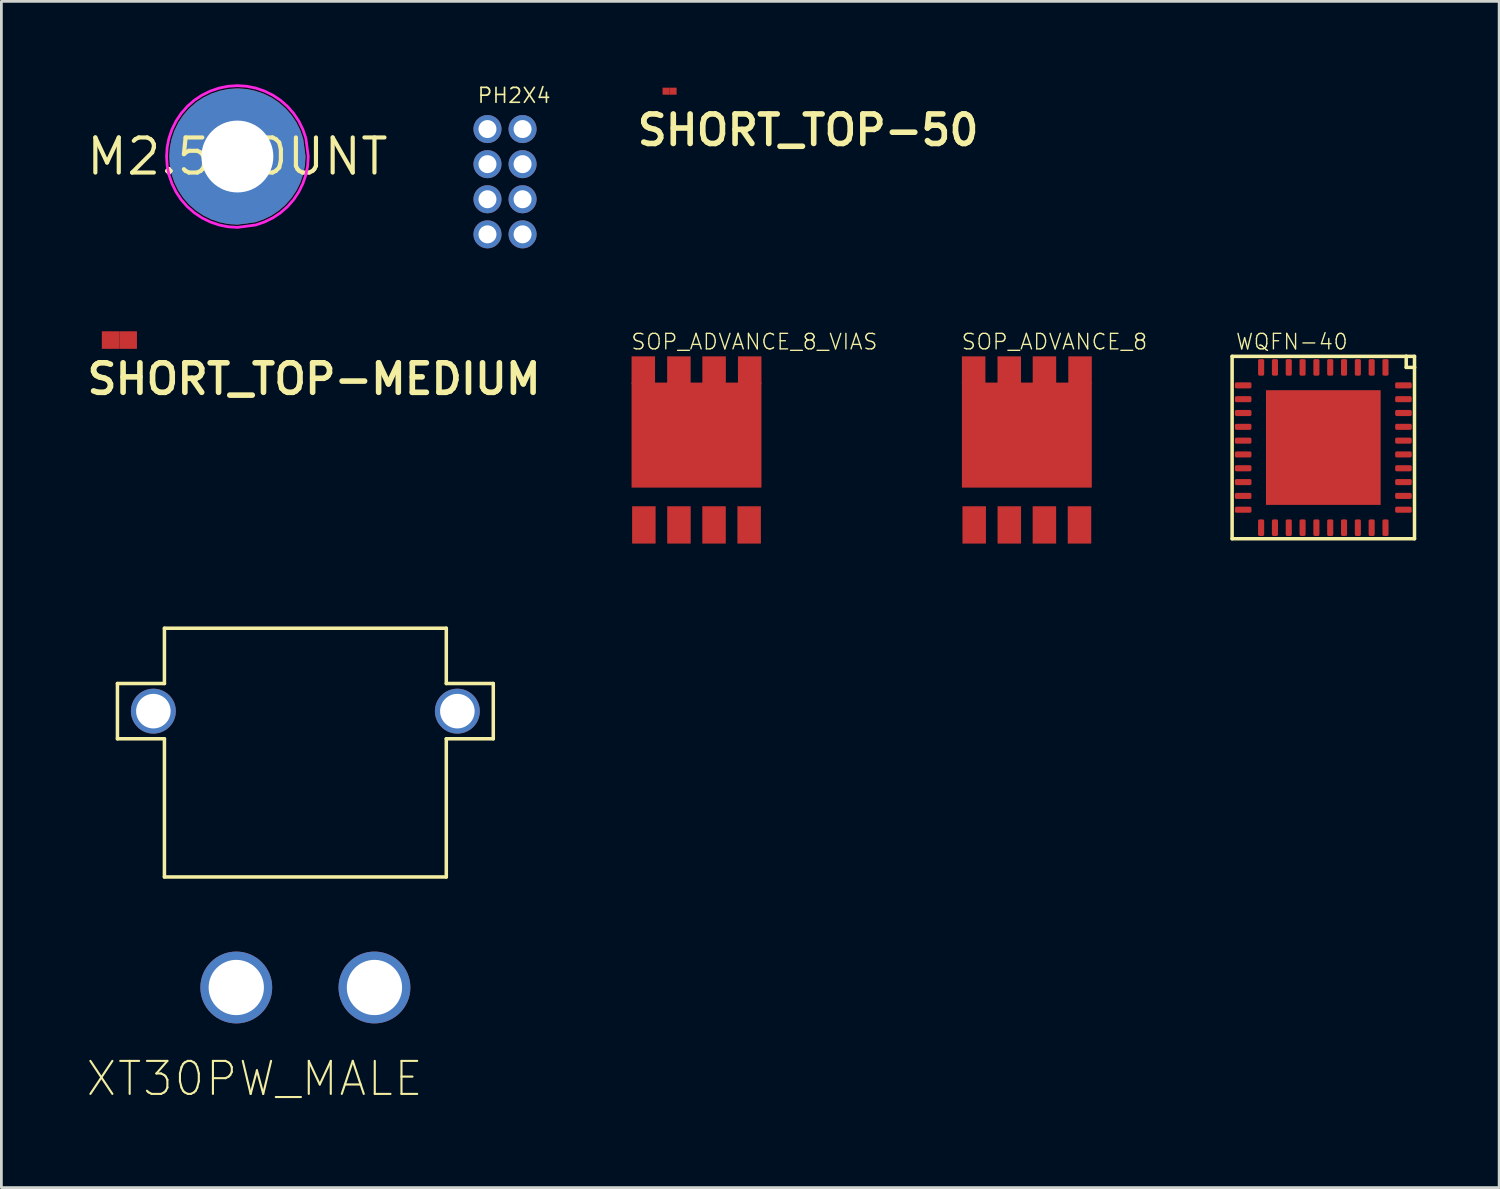
<source format=kicad_pcb>
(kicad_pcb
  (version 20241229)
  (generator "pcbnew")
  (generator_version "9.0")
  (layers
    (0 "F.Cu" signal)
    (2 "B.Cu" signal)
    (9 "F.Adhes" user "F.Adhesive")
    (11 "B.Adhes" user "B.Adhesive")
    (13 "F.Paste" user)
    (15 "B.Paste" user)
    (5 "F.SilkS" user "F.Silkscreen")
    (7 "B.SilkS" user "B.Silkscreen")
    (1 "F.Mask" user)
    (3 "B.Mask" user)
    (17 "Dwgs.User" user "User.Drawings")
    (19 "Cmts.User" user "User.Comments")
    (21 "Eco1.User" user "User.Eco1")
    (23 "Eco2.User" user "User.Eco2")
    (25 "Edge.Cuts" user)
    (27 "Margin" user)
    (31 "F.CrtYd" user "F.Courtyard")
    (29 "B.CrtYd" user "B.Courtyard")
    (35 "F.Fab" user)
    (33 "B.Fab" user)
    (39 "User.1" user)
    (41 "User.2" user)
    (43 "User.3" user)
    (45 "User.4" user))
  (footprint "SHORT_TOP-MEDIUM"
    (layer "F.Cu")
    (at 1.27 9.255)
    (property "Reference" "SHORT_TOP-MEDIUM" (at -1.27 2.032 0) (unlocked yes) (layer "F.SilkS") (effects (font (size 1.067 1.067) (thickness 0.203)) (justify left bottom)))
    (pad "1" smd rect (at 0.318 0) (size 0.635 0.635) (layers "F.Cu"))
    (pad "2" smd rect (at -0.318 0) (size 0.635 0.635) (layers "F.Cu")))
  (footprint "PH2X4"
    (layer "F.Cu")
    (at 14.59 1.62)
    (property "Reference" "PH2X4" (at -0.4 -0.9 0) (unlocked yes) (layer "F.SilkS") (effects (font (size 0.54 0.54) (thickness 0.06)) (justify left bottom)))
    (pad "P$1" thru_hole circle (at 0 0) (size 1.016 1.016) (drill 0.65) (layers "*.Cu" "*.Mask"))
    (pad "P$2" thru_hole circle (at 1.27 0) (size 1.016 1.016) (drill 0.65) (layers "*.Cu" "*.Mask"))
    (pad "P$3" thru_hole circle (at 0 1.27) (size 1.016 1.016) (drill 0.65) (layers "*.Cu" "*.Mask"))
    (pad "P$4" thru_hole circle (at 1.27 1.27) (size 1.016 1.016) (drill 0.65) (layers "*.Cu" "*.Mask"))
    (pad "P$5" thru_hole circle (at 0 2.54) (size 1.016 1.016) (drill 0.65) (layers "*.Cu" "*.Mask"))
    (pad "P$6" thru_hole circle (at 1.27 2.54) (size 1.016 1.016) (drill 0.65) (layers "*.Cu" "*.Mask"))
    (pad "P$7" thru_hole circle (at 0 3.81) (size 1.016 1.016) (drill 0.65) (layers "*.Cu" "*.Mask"))
    (pad "P$8" thru_hole circle (at 1.27 3.81) (size 1.016 1.016) (drill 0.65) (layers "*.Cu" "*.Mask")))
  (footprint "XT30PW_MALE"
    (layer "F.Cu")
    (at 8 32.684)
    (property "Reference" "XT30PW_MALE" (at -8 4 0) (unlocked yes) (layer "F.SilkS") (effects (font (size 1.194 1.194) (thickness 0.076)) (justify left bottom)))
    (fp_line (start -6.8 -11) (end -6.8 -9) (stroke (width 0.127) (type solid)) (layer "F.SilkS"))
    (fp_line (start -6.8 -9) (end -5.1 -9) (stroke (width 0.127) (type solid)) (layer "F.SilkS"))
    (fp_line (start -5.1 -13) (end -5.1 -11) (stroke (width 0.127) (type solid)) (layer "F.SilkS"))
    (fp_line (start -5.1 -11) (end -6.8 -11) (stroke (width 0.127) (type solid)) (layer "F.SilkS"))
    (fp_line (start -5.1 -9) (end -5.1 -4) (stroke (width 0.127) (type solid)) (layer "F.SilkS"))
    (fp_line (start -5.1 -4) (end 5.1 -4) (stroke (width 0.127) (type solid)) (layer "F.SilkS"))
    (fp_line (start 5.1 -13) (end -5.1 -13) (stroke (width 0.127) (type solid)) (layer "F.SilkS"))
    (fp_line (start 5.1 -11) (end 5.1 -13) (stroke (width 0.127) (type solid)) (layer "F.SilkS"))
    (fp_line (start 5.1 -9) (end 6.8 -9) (stroke (width 0.127) (type solid)) (layer "F.SilkS"))
    (fp_line (start 5.1 -4) (end 5.1 -9) (stroke (width 0.127) (type solid)) (layer "F.SilkS"))
    (fp_line (start 6.8 -11) (end 5.1 -11) (stroke (width 0.127) (type solid)) (layer "F.SilkS"))
    (fp_line (start 6.8 -9) (end 6.8 -11) (stroke (width 0.127) (type solid)) (layer "F.SilkS"))
    (pad "1" thru_hole circle (at -2.5 0) (size 2.6 2.6) (drill 2) (layers "*.Cu" "*.Mask"))
    (pad "2" thru_hole circle (at 2.5 0) (size 2.6 2.6) (drill 2) (layers "*.Cu" "*.Mask"))
    (pad "M1" thru_hole circle (at -5.5 -10) (size 1.625 1.625) (drill 1.25) (layers "*.Cu" "*.Mask"))
    (pad "M2" thru_hole circle (at 5.5 -10) (size 1.625 1.625) (drill 1.25) (layers "*.Cu" "*.Mask")))
  (footprint "WQFN-40"
    (layer "F.Cu")
    (at 44.836 13.145)
    (property "Reference" "WQFN-40" (at -3.2 -3.5 0) (unlocked yes) (layer "F.SilkS") (effects (font (size 0.561 0.561) (thickness 0.049)) (justify left bottom)))
    (fp_line (start -3.3 -3.3) (end 3 -3.3) (stroke (width 0.127) (type solid)) (layer "F.SilkS"))
    (fp_line (start -3.3 3.3) (end -3.3 -3.3) (stroke (width 0.127) (type solid)) (layer "F.SilkS"))
    (fp_line (start 3 -3.3) (end 3 -2.9) (stroke (width 0.127) (type solid)) (layer "F.SilkS"))
    (fp_line (start 3 -3.3) (end 3.3 -3.3) (stroke (width 0.127) (type solid)) (layer "F.SilkS"))
    (fp_line (start 3 -2.9) (end 3.3 -2.9) (stroke (width 0.127) (type solid)) (layer "F.SilkS"))
    (fp_line (start 3.3 -3.3) (end 3.3 -2.9) (stroke (width 0.127) (type solid)) (layer "F.SilkS"))
    (fp_line (start 3.3 -2.9) (end 3.3 3.3) (stroke (width 0.127) (type solid)) (layer "F.SilkS"))
    (fp_line (start 3.3 3.3) (end -3.3 3.3) (stroke (width 0.127) (type solid)) (layer "F.SilkS"))
    (fp_poly (pts (xy -0.837 -0.936) (xy -1.964 -0.936) (xy -1.964 -1.964) (xy -0.837 -1.964)) (stroke (width 0) (type default)) (fill yes) (layer "F.Paste"))
    (fp_poly (pts (xy -0.837 0.564) (xy -1.964 0.564) (xy -1.964 -0.564) (xy -0.837 -0.564)) (stroke (width 0) (type default)) (fill yes) (layer "F.Paste"))
    (fp_poly (pts (xy -0.837 1.964) (xy -1.964 1.964) (xy -1.964 0.837) (xy -0.837 0.837)) (stroke (width 0) (type default)) (fill yes) (layer "F.Paste"))
    (fp_poly (pts (xy 0.564 -0.936) (xy -0.564 -0.936) (xy -0.564 -1.964) (xy 0.564 -1.964)) (stroke (width 0) (type default)) (fill yes) (layer "F.Paste"))
    (fp_poly (pts (xy 0.564 0.564) (xy -0.564 0.564) (xy -0.564 -0.564) (xy 0.564 -0.564)) (stroke (width 0) (type default)) (fill yes) (layer "F.Paste"))
    (fp_poly (pts (xy 0.564 1.964) (xy -0.564 1.964) (xy -0.564 0.837) (xy 0.564 0.837)) (stroke (width 0) (type default)) (fill yes) (layer "F.Paste"))
    (fp_poly (pts (xy 1.964 -0.936) (xy 0.837 -0.936) (xy 0.837 -1.964) (xy 1.964 -1.964)) (stroke (width 0) (type default)) (fill yes) (layer "F.Paste"))
    (fp_poly (pts (xy 1.964 0.564) (xy 0.837 0.564) (xy 0.837 -0.564) (xy 1.964 -0.564)) (stroke (width 0) (type default)) (fill yes) (layer "F.Paste"))
    (fp_poly (pts (xy 1.964 1.964) (xy 0.837 1.964) (xy 0.837 0.837) (xy 1.964 0.837)) (stroke (width 0) (type default)) (fill yes) (layer "F.Paste"))
    (pad "1" smd roundrect (at 2.25 -2.9 90) (size 0.6 0.22) (layers "F.Cu" "F.Mask" "F.Paste") (roundrect_rratio 0.25))
    (pad "2" smd roundrect (at 1.75 -2.9 90) (size 0.6 0.22) (layers "F.Cu" "F.Mask" "F.Paste") (roundrect_rratio 0.25))
    (pad "3" smd roundrect (at 1.25 -2.9 90) (size 0.6 0.22) (layers "F.Cu" "F.Mask" "F.Paste") (roundrect_rratio 0.25))
    (pad "4" smd roundrect (at 0.75 -2.9 90) (size 0.6 0.22) (layers "F.Cu" "F.Mask" "F.Paste") (roundrect_rratio 0.25))
    (pad "5" smd roundrect (at 0.25 -2.9 90) (size 0.6 0.22) (layers "F.Cu" "F.Mask" "F.Paste") (roundrect_rratio 0.25))
    (pad "6" smd roundrect (at -0.25 -2.9 90) (size 0.6 0.22) (layers "F.Cu" "F.Mask" "F.Paste") (roundrect_rratio 0.25))
    (pad "7" smd roundrect (at -0.75 -2.9 90) (size 0.6 0.22) (layers "F.Cu" "F.Mask" "F.Paste") (roundrect_rratio 0.25))
    (pad "8" smd roundrect (at -1.25 -2.9 90) (size 0.6 0.22) (layers "F.Cu" "F.Mask" "F.Paste") (roundrect_rratio 0.25))
    (pad "9" smd roundrect (at -1.75 -2.9 90) (size 0.6 0.22) (layers "F.Cu" "F.Mask" "F.Paste") (roundrect_rratio 0.25))
    (pad "10" smd roundrect (at -2.25 -2.9 90) (size 0.6 0.22) (layers "F.Cu" "F.Mask" "F.Paste") (roundrect_rratio 0.25))
    (pad "11" smd roundrect (at -2.9 -2.25) (size 0.6 0.22) (layers "F.Cu" "F.Mask" "F.Paste") (roundrect_rratio 0.25))
    (pad "12" smd roundrect (at -2.9 -1.75) (size 0.6 0.22) (layers "F.Cu" "F.Mask" "F.Paste") (roundrect_rratio 0.25))
    (pad "13" smd roundrect (at -2.9 -1.25) (size 0.6 0.22) (layers "F.Cu" "F.Mask" "F.Paste") (roundrect_rratio 0.25))
    (pad "14" smd roundrect (at -2.9 -0.75) (size 0.6 0.22) (layers "F.Cu" "F.Mask" "F.Paste") (roundrect_rratio 0.25))
    (pad "15" smd roundrect (at -2.9 -0.25) (size 0.6 0.22) (layers "F.Cu" "F.Mask" "F.Paste") (roundrect_rratio 0.25))
    (pad "16" smd roundrect (at -2.9 0.25) (size 0.6 0.22) (layers "F.Cu" "F.Mask" "F.Paste") (roundrect_rratio 0.25))
    (pad "17" smd roundrect (at -2.9 0.75) (size 0.6 0.22) (layers "F.Cu" "F.Mask" "F.Paste") (roundrect_rratio 0.25))
    (pad "18" smd roundrect (at -2.9 1.25) (size 0.6 0.22) (layers "F.Cu" "F.Mask" "F.Paste") (roundrect_rratio 0.25))
    (pad "19" smd roundrect (at -2.9 1.75) (size 0.6 0.22) (layers "F.Cu" "F.Mask" "F.Paste") (roundrect_rratio 0.25))
    (pad "20" smd roundrect (at -2.9 2.25) (size 0.6 0.22) (layers "F.Cu" "F.Mask" "F.Paste") (roundrect_rratio 0.25))
    (pad "21" smd roundrect (at -2.25 2.9 90) (size 0.6 0.22) (layers "F.Cu" "F.Mask" "F.Paste") (roundrect_rratio 0.25))
    (pad "22" smd roundrect (at -1.75 2.9 90) (size 0.6 0.22) (layers "F.Cu" "F.Mask" "F.Paste") (roundrect_rratio 0.25))
    (pad "23" smd roundrect (at -1.25 2.9 90) (size 0.6 0.22) (layers "F.Cu" "F.Mask" "F.Paste") (roundrect_rratio 0.25))
    (pad "24" smd roundrect (at -0.75 2.9 90) (size 0.6 0.22) (layers "F.Cu" "F.Mask" "F.Paste") (roundrect_rratio 0.25))
    (pad "25" smd roundrect (at -0.25 2.9 90) (size 0.6 0.22) (layers "F.Cu" "F.Mask" "F.Paste") (roundrect_rratio 0.25))
    (pad "26" smd roundrect (at 0.25 2.9 90) (size 0.6 0.22) (layers "F.Cu" "F.Mask" "F.Paste") (roundrect_rratio 0.25))
    (pad "27" smd roundrect (at 0.75 2.9 90) (size 0.6 0.22) (layers "F.Cu" "F.Mask" "F.Paste") (roundrect_rratio 0.25))
    (pad "28" smd roundrect (at 1.25 2.9 90) (size 0.6 0.22) (layers "F.Cu" "F.Mask" "F.Paste") (roundrect_rratio 0.25))
    (pad "29" smd roundrect (at 1.75 2.9 90) (size 0.6 0.22) (layers "F.Cu" "F.Mask" "F.Paste") (roundrect_rratio 0.25))
    (pad "30" smd roundrect (at 2.25 2.9 90) (size 0.6 0.22) (layers "F.Cu" "F.Mask" "F.Paste") (roundrect_rratio 0.25))
    (pad "31" smd roundrect (at 2.9 2.25) (size 0.6 0.22) (layers "F.Cu" "F.Mask" "F.Paste") (roundrect_rratio 0.25))
    (pad "32" smd roundrect (at 2.9 1.75) (size 0.6 0.22) (layers "F.Cu" "F.Mask" "F.Paste") (roundrect_rratio 0.25))
    (pad "33" smd roundrect (at 2.9 1.25) (size 0.6 0.22) (layers "F.Cu" "F.Mask" "F.Paste") (roundrect_rratio 0.25))
    (pad "34" smd roundrect (at 2.9 0.75) (size 0.6 0.22) (layers "F.Cu" "F.Mask" "F.Paste") (roundrect_rratio 0.25))
    (pad "35" smd roundrect (at 2.9 0.25) (size 0.6 0.22) (layers "F.Cu" "F.Mask" "F.Paste") (roundrect_rratio 0.25))
    (pad "36" smd roundrect (at 2.9 -0.25) (size 0.6 0.22) (layers "F.Cu" "F.Mask" "F.Paste") (roundrect_rratio 0.25))
    (pad "37" smd roundrect (at 2.9 -0.75) (size 0.6 0.22) (layers "F.Cu" "F.Mask" "F.Paste") (roundrect_rratio 0.25))
    (pad "38" smd roundrect (at 2.9 -1.25) (size 0.6 0.22) (layers "F.Cu" "F.Mask" "F.Paste") (roundrect_rratio 0.25))
    (pad "39" smd roundrect (at 2.9 -1.75) (size 0.6 0.22) (layers "F.Cu" "F.Mask" "F.Paste") (roundrect_rratio 0.25))
    (pad "40" smd roundrect (at 2.9 -2.25) (size 0.6 0.22) (layers "F.Cu" "F.Mask" "F.Paste") (roundrect_rratio 0.25))
    (pad "PAD" smd rect (at 0 0) (size 4.15 4.15) (layers "F.Cu" "F.Mask")))
  (footprint "M2.5MOUNT"
    (layer "F.Cu")
    (at 5.541 2.614)
    (property "Reference" "M2.5MOUNT" (at 0 0 0) (layer "F.SilkS") (effects (font (size 1.27 1.27) (thickness 0.15))))
    (fp_poly (pts (xy 0.322 -2.443) (xy 0.638 -2.38) (xy 0.943 -2.276) (xy 1.232 -2.134) (xy 1.5 -1.955) (xy 1.742 -1.742) (xy 1.955 -1.5) (xy 2.134 -1.232) (xy 2.276 -0.943) (xy 2.38 -0.636) (xy 2.464 -0.002) (xy 2.443 0.322) (xy 2.38 0.638) (xy 2.276 0.943) (xy 2.134 1.232) (xy 1.955 1.5) (xy 1.742 1.742) (xy 1.5 1.955) (xy 1.232 2.134) (xy 0.943 2.276) (xy 0.636 2.38) (xy 0.002 2.464) (xy -0.322 2.443) (xy -0.638 2.38) (xy -0.943 2.276) (xy -1.232 2.134) (xy -1.5 1.955) (xy -1.742 1.742) (xy -1.955 1.5) (xy -2.134 1.232) (xy -2.276 0.943) (xy -2.38 0.638) (xy -2.443 0.322) (xy -2.464 0) (xy -2.443 -0.322) (xy -2.38 -0.638) (xy -2.276 -0.943) (xy -2.134 -1.232) (xy -1.955 -1.5) (xy -1.742 -1.742) (xy -1.5 -1.955) (xy -1.232 -2.134) (xy -0.943 -2.276) (xy -0.638 -2.38) (xy -0.322 -2.443) (xy 0 -2.464)) (stroke (width 0) (type default)) (fill yes) (layer "F.Cu"))
    (fp_poly (pts (xy 0.322 -2.443) (xy 0.638 -2.38) (xy 0.943 -2.276) (xy 1.232 -2.134) (xy 1.5 -1.955) (xy 1.742 -1.742) (xy 1.955 -1.5) (xy 2.134 -1.232) (xy 2.276 -0.943) (xy 2.38 -0.636) (xy 2.464 -0.002) (xy 2.443 0.322) (xy 2.38 0.638) (xy 2.276 0.943) (xy 2.134 1.232) (xy 1.955 1.5) (xy 1.742 1.742) (xy 1.5 1.955) (xy 1.232 2.134) (xy 0.943 2.276) (xy 0.636 2.38) (xy 0.002 2.464) (xy -0.322 2.443) (xy -0.638 2.38) (xy -0.943 2.276) (xy -1.232 2.134) (xy -1.5 1.955) (xy -1.742 1.742) (xy -1.955 1.5) (xy -2.134 1.232) (xy -2.276 0.943) (xy -2.38 0.638) (xy -2.443 0.322) (xy -2.464 0) (xy -2.443 -0.322) (xy -2.38 -0.638) (xy -2.276 -0.943) (xy -2.134 -1.232) (xy -1.955 -1.5) (xy -1.742 -1.742) (xy -1.5 -1.955) (xy -1.232 -2.134) (xy -0.943 -2.276) (xy -0.638 -2.38) (xy -0.322 -2.443) (xy 0 -2.464)) (stroke (width 0) (type default)) (fill yes) (layer "F.Mask"))
    (fp_poly (pts (xy 0.322 -2.443) (xy 0.638 -2.38) (xy 0.943 -2.276) (xy 1.232 -2.134) (xy 1.5 -1.955) (xy 1.742 -1.742) (xy 1.955 -1.5) (xy 2.134 -1.232) (xy 2.276 -0.943) (xy 2.38 -0.636) (xy 2.464 -0.002) (xy 2.443 0.322) (xy 2.38 0.638) (xy 2.276 0.943) (xy 2.134 1.232) (xy 1.955 1.5) (xy 1.742 1.742) (xy 1.5 1.955) (xy 1.232 2.134) (xy 0.943 2.276) (xy 0.636 2.38) (xy 0.002 2.464) (xy -0.322 2.443) (xy -0.638 2.38) (xy -0.943 2.276) (xy -1.232 2.134) (xy -1.5 1.955) (xy -1.742 1.742) (xy -1.955 1.5) (xy -2.134 1.232) (xy -2.276 0.943) (xy -2.38 0.638) (xy -2.443 0.322) (xy -2.464 0) (xy -2.443 -0.322) (xy -2.38 -0.638) (xy -2.276 -0.943) (xy -2.134 -1.232) (xy -1.955 -1.5) (xy -1.742 -1.742) (xy -1.5 -1.955) (xy -1.232 -2.134) (xy -0.943 -2.276) (xy -0.638 -2.38) (xy -0.322 -2.443) (xy 0 -2.464)) (stroke (width 0) (type default)) (fill yes) (layer "B.Cu"))
    (fp_poly (pts (xy 0.322 -2.443) (xy 0.638 -2.38) (xy 0.943 -2.276) (xy 1.232 -2.134) (xy 1.5 -1.955) (xy 1.742 -1.742) (xy 1.955 -1.5) (xy 2.134 -1.232) (xy 2.276 -0.943) (xy 2.38 -0.636) (xy 2.464 -0.002) (xy 2.443 0.322) (xy 2.38 0.638) (xy 2.276 0.943) (xy 2.134 1.232) (xy 1.955 1.5) (xy 1.742 1.742) (xy 1.5 1.955) (xy 1.232 2.134) (xy 0.943 2.276) (xy 0.636 2.38) (xy 0.002 2.464) (xy -0.322 2.443) (xy -0.638 2.38) (xy -0.943 2.276) (xy -1.232 2.134) (xy -1.5 1.955) (xy -1.742 1.742) (xy -1.955 1.5) (xy -2.134 1.232) (xy -2.276 0.943) (xy -2.38 0.638) (xy -2.443 0.322) (xy -2.464 0) (xy -2.443 -0.322) (xy -2.38 -0.638) (xy -2.276 -0.943) (xy -2.134 -1.232) (xy -1.955 -1.5) (xy -1.742 -1.742) (xy -1.5 -1.955) (xy -1.232 -2.134) (xy -0.943 -2.276) (xy -0.638 -2.38) (xy -0.322 -2.443) (xy 0 -2.464)) (stroke (width 0) (type default)) (fill yes) (layer "B.Mask"))
    (fp_poly (pts (xy 0.335 -2.542) (xy 0.664 -2.476) (xy 0.981 -2.368) (xy 1.282 -2.22) (xy 1.561 -2.034) (xy 1.813 -1.813) (xy 2.034 -1.561) (xy 2.22 -1.282) (xy 2.368 -0.981) (xy 2.477 -0.662) (xy 2.564 -0.002) (xy 2.542 0.335) (xy 2.476 0.664) (xy 2.368 0.981) (xy 2.22 1.282) (xy 2.034 1.561) (xy 1.813 1.813) (xy 1.561 2.034) (xy 1.282 2.22) (xy 0.981 2.368) (xy 0.662 2.477) (xy 0.002 2.564) (xy -0.335 2.542) (xy -0.664 2.476) (xy -0.981 2.368) (xy -1.282 2.22) (xy -1.561 2.034) (xy -1.813 1.813) (xy -2.034 1.561) (xy -2.22 1.282) (xy -2.368 0.981) (xy -2.476 0.664) (xy -2.542 0.335) (xy -2.564 0) (xy -2.542 -0.335) (xy -2.476 -0.664) (xy -2.368 -0.981) (xy -2.22 -1.282) (xy -2.034 -1.561) (xy -1.813 -1.813) (xy -1.561 -2.034) (xy -1.282 -2.22) (xy -0.981 -2.368) (xy -0.664 -2.476) (xy -0.335 -2.542) (xy 0 -2.564)) (stroke (width 0.1) (type default)) (fill no) (layer "F.CrtYd"))
    (pad "P$1" thru_hole circle (at 0 0) (size 3.38 3.38) (drill 2.6) (layers "*.Cu" "*.Mask")))
  (footprint "SHORT_TOP-50"
    (layer "F.Cu")
    (at 21.18 0.25)
    (property "Reference" "SHORT_TOP-50" (at -1.27 2.032 0) (unlocked yes) (layer "F.SilkS") (effects (font (size 1.067 1.067) (thickness 0.203)) (justify left bottom)))
    (pad "1" smd rect (at 0.127 0) (size 0.254 0.254) (layers "F.Cu"))
    (pad "2" smd rect (at -0.127 0) (size 0.254 0.254) (layers "F.Cu")))
  (footprint "SOP_ADVANCE_8_VIAS"
    (layer "F.Cu")
    (at 22.154 13.045)
    (property "Reference" "SOP_ADVANCE_8_VIAS" (at -2.4 -3.4 0) (unlocked yes) (layer "F.SilkS") (effects (font (size 0.561 0.561) (thickness 0.049)) (justify left bottom)))
    (fp_poly (pts (xy -1 1.55) (xy -1.5 1.55) (xy -1.5 -2.25) (xy -1 -2.25)) (stroke (width 0) (type default)) (fill yes) (layer "F.Paste"))
    (fp_poly (pts (xy 0.25 1.55) (xy -0.25 1.55) (xy -0.25 -2.25) (xy 0.25 -2.25)) (stroke (width 0) (type default)) (fill yes) (layer "F.Paste"))
    (fp_poly (pts (xy 1.5 1.55) (xy 1 1.55) (xy 1 -2.25) (xy 1.5 -2.25)) (stroke (width 0) (type default)) (fill yes) (layer "F.Paste"))
    (fp_poly (pts (xy 2.35 -1.15) (xy -2.35 -1.15) (xy -2.35 -1.55) (xy 2.35 -1.55)) (stroke (width 0) (type default)) (fill yes) (layer "F.Paste"))
    (fp_poly (pts (xy 2.35 -0.25) (xy -2.35 -0.25) (xy -2.35 -0.65) (xy 2.35 -0.65)) (stroke (width 0) (type default)) (fill yes) (layer "F.Paste"))
    (fp_poly (pts (xy 2.35 0.65) (xy -2.35 0.65) (xy -2.35 0.25) (xy 2.35 0.25)) (stroke (width 0) (type default)) (fill yes) (layer "F.Paste"))
    (fp_poly (pts (xy 2.376 1.576) (xy -2.376 1.576) (xy -2.376 1.124) (xy 2.376 1.124)) (stroke (width 0) (type default)) (fill yes) (layer "F.Paste"))
    (pad "1" smd rect (at -1.905 2.9) (size 0.85 1.35) (layers "F.Cu" "F.Mask" "F.Paste"))
    (pad "2" smd rect (at -0.635 2.9) (size 0.85 1.35) (layers "F.Cu" "F.Mask" "F.Paste"))
    (pad "3" smd rect (at 0.635 2.9) (size 0.85 1.35) (layers "F.Cu" "F.Mask" "F.Paste"))
    (pad "4" smd rect (at 1.905 2.9) (size 0.85 1.35) (layers "F.Cu" "F.Mask" "F.Paste"))
    (pad "5" smd rect (at 1.925 -2.7) (size 0.85 1) (layers "F.Cu" "F.Mask" "F.Paste"))
    (pad "6" smd rect (at 0.637 -2.7) (size 0.85 1) (layers "F.Cu" "F.Mask" "F.Paste"))
    (pad "7" smd rect (at -0.637 -2.7) (size 0.85 1) (layers "F.Cu" "F.Mask" "F.Paste"))
    (pad "8" smd rect (at -1.925 -2.7) (size 0.85 1) (layers "F.Cu" "F.Mask" "F.Paste"))
    (pad "PAD" smd rect (at 0 -0.35) (size 4.7 3.8) (layers "F.Cu" "F.Mask")))
  (footprint "SOP_ADVANCE_8"
    (layer "F.Cu")
    (at 34.108 13.045)
    (property "Reference" "SOP_ADVANCE_8" (at -2.4 -3.4 0) (unlocked yes) (layer "F.SilkS") (effects (font (size 0.561 0.561) (thickness 0.049)) (justify left bottom)))
    (pad "1" smd rect (at -1.905 2.9) (size 0.85 1.35) (layers "F.Cu" "F.Mask" "F.Paste"))
    (pad "2" smd rect (at -0.635 2.9) (size 0.85 1.35) (layers "F.Cu" "F.Mask" "F.Paste"))
    (pad "3" smd rect (at 0.635 2.9) (size 0.85 1.35) (layers "F.Cu" "F.Mask" "F.Paste"))
    (pad "4" smd rect (at 1.905 2.9) (size 0.85 1.35) (layers "F.Cu" "F.Mask" "F.Paste"))
    (pad "5" smd rect (at 1.925 -2.7) (size 0.85 1) (layers "F.Cu" "F.Mask" "F.Paste"))
    (pad "6" smd rect (at 0.637 -2.7) (size 0.85 1) (layers "F.Cu" "F.Mask" "F.Paste"))
    (pad "7" smd rect (at -0.637 -2.7) (size 0.85 1) (layers "F.Cu" "F.Mask" "F.Paste"))
    (pad "8" smd rect (at -1.925 -2.7) (size 0.85 1) (layers "F.Cu" "F.Mask" "F.Paste"))
    (pad "PAD" smd rect (at 0 -0.35) (size 4.7 3.8) (layers "F.Cu" "F.Mask" "F.Paste")))
  (gr_rect
    (start -3 -3)
    (end 51.199 39.925)
    (stroke (width 0.1) (type default))
    (fill no)
    (layer "Edge.Cuts")))
</source>
